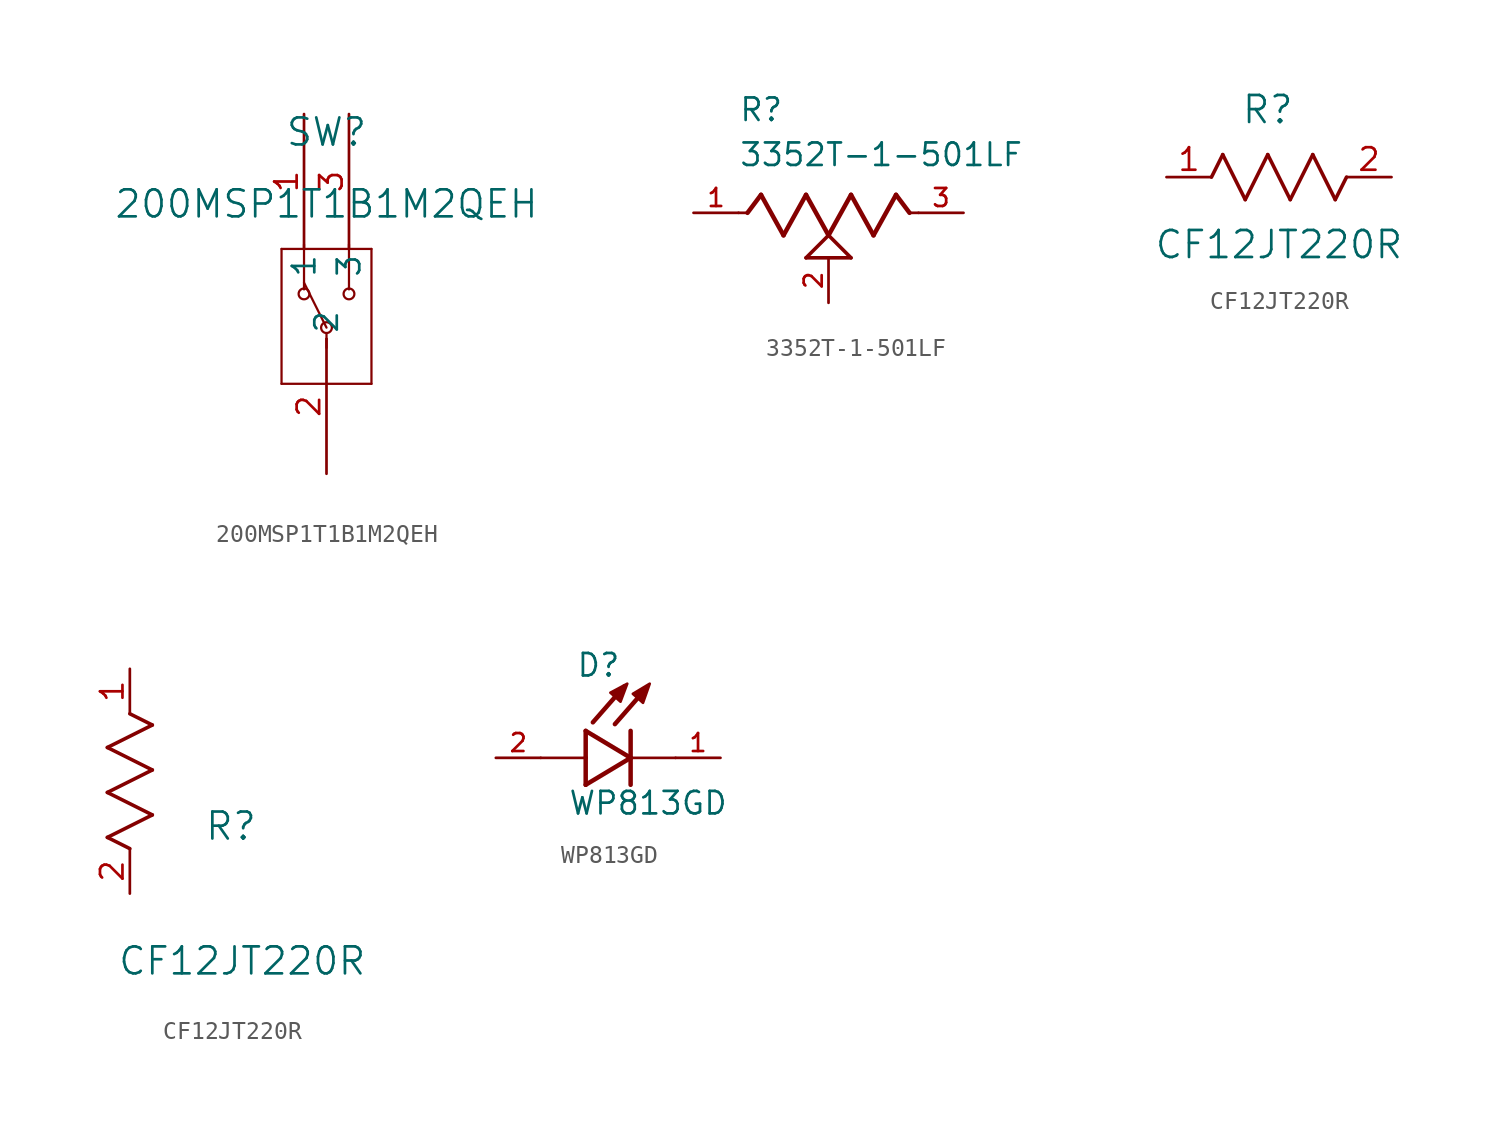
<source format=kicad_sym>
(kicad_symbol_lib
  (version 20220914)
  (generator kicad_symbol_editor)
  (symbol "200MSP1T1B1M2QEH"
    (pin_names
      (offset 0.254))
    (property "Reference" "SW"
      (at 10.16 9.144 0)
      (effects (font (size 1.524 1.524))))
    (property "Value" "200MSP1T1B1M2QEH"
      (at 10.16 5.08 0)
      (effects (font (size 1.524 1.524))))
    (symbol "200MSP1T1B1M2QEH_0_1"
      (polyline (pts (xy 7.62 -5.08) (xy 12.7 -5.08)) (stroke (width 0.127) (type default)) (fill (type none)))
      (polyline (pts (xy 7.62 2.54) (xy 7.62 -5.08)) (stroke (width 0.127) (type default)) (fill (type none)))
      (polyline (pts (xy 8.89 2.794) (xy 8.89 0.254)) (stroke (width 0.127) (type default)) (fill (type none)))
      (polyline (pts (xy 10.16 -2.54) (xy 10.16 -3.048)) (stroke (width 0.127) (type default)) (fill (type none)))
      (polyline (pts (xy 10.16 -2.54) (xy 10.16 -2.21)) (stroke (width 0.127) (type default)) (fill (type none)))
      (polyline (pts (xy 10.16 -1.905) (xy 8.89 0.635)) (stroke (width 0.127) (type default)) (fill (type none)))
      (polyline (pts (xy 11.43 0.254) (xy 11.43 2.794)) (stroke (width 0.127) (type default)) (fill (type none)))
      (polyline (pts (xy 12.7 -5.08) (xy 12.7 2.54)) (stroke (width 0.127) (type default)) (fill (type none)))
      (polyline (pts (xy 12.7 2.54) (xy 7.62 2.54)) (stroke (width 0.127) (type default)) (fill (type none)))
      (circle (center 8.89 0) (radius 0.305) (stroke (width 0.127) (type default)) (fill (type none)))
      (circle (center 10.16 -1.905) (radius 0.305) (stroke (width 0.127) (type default)) (fill (type none)))
      (circle (center 11.43 0) (radius 0.305) (stroke (width 0.127) (type default)) (fill (type none))))
    (symbol "200MSP1T1B1M2QEH_1_1"
      (pin passive line (at 8.89 10.16 270) (length 7.62) (name "1" (effects (font (size 1.27 1.27)))) (number "1" (effects (font (size 1.27 1.27)))))
      (pin passive line (at 10.16 -10.16 90) (length 7.62) (name "2" (effects (font (size 1.27 1.27)))) (number "2" (effects (font (size 1.27 1.27)))))
      (pin passive line (at 11.43 10.16 270) (length 7.62) (name "3" (effects (font (size 1.27 1.27)))) (number "3" (effects (font (size 1.27 1.27)))))))
  (symbol "3352T-1-501LF"
    (pin_names
      (offset 1.016))
    (property "Reference" "R"
      (at -5.08 5.08 0)
      (effects (font (size 1.27 1.27)) (justify left bottom)))
    (property "Value" "3352T-1-501LF"
      (at -5.08 2.54 0)
      (effects (font (size 1.27 1.27)) (justify left bottom)))
    (symbol "3352T-1-501LF_0_0"
      (polyline (pts (xy -5.08 0) (xy -4.572 0)) (stroke (width 0.152) (type default)) (fill (type none)))
      (polyline (pts (xy -4.572 0) (xy -3.81 1.016)) (stroke (width 0.254) (type default)) (fill (type none)))
      (polyline (pts (xy -3.81 1.016) (xy -2.54 -1.27)) (stroke (width 0.254) (type default)) (fill (type none)))
      (polyline (pts (xy -2.54 -1.27) (xy -1.27 1.016)) (stroke (width 0.254) (type default)) (fill (type none)))
      (polyline (pts (xy -1.27 -2.54) (xy 0 -1.27)) (stroke (width 0.203) (type default)) (fill (type none)))
      (polyline (pts (xy -1.27 1.016) (xy 0 -1.27)) (stroke (width 0.254) (type default)) (fill (type none)))
      (polyline (pts (xy 0 -1.27) (xy 1.27 -2.54)) (stroke (width 0.203) (type default)) (fill (type none)))
      (polyline (pts (xy 0 -1.27) (xy 1.27 1.016)) (stroke (width 0.254) (type default)) (fill (type none)))
      (polyline (pts (xy 1.27 -2.54) (xy -1.27 -2.54)) (stroke (width 0.203) (type default)) (fill (type none)))
      (polyline (pts (xy 1.27 1.016) (xy 2.54 -1.27)) (stroke (width 0.254) (type default)) (fill (type none)))
      (polyline (pts (xy 2.54 -1.27) (xy 3.81 1.016)) (stroke (width 0.254) (type default)) (fill (type none)))
      (polyline (pts (xy 3.81 1.016) (xy 4.572 0)) (stroke (width 0.254) (type default)) (fill (type none)))
      (polyline (pts (xy 4.572 0) (xy 5.08 0)) (stroke (width 0.152) (type default)) (fill (type none)))
      (pin passive line (at -7.62 0 0) (length 2.54) (name "~" (effects (font (size 1.016 1.016)))) (number "1" (effects (font (size 1.016 1.016)))))
      (pin passive line (at 0 -5.08 90) (length 2.54) (name "~" (effects (font (size 1.016 1.016)))) (number "2" (effects (font (size 1.016 1.016)))))
      (pin passive line (at 7.62 0 180) (length 2.54) (name "~" (effects (font (size 1.016 1.016)))) (number "3" (effects (font (size 1.016 1.016)))))))
  (symbol "CF12JT220R"
    (pin_names
      (offset 0.254))
    (property "Reference" "R"
      (at 5.715 3.81 0)
      (effects (font (size 1.524 1.524))))
    (property "Value" "CF12JT220R"
      (at 6.35 -3.81 0)
      (effects (font (size 1.524 1.524))))
    (symbol "CF12JT220R_1_1"
      (polyline (pts (xy 2.54 0) (xy 3.175 1.27)) (stroke (width 0.203) (type default)) (fill (type none)))
      (polyline (pts (xy 3.175 1.27) (xy 4.445 -1.27)) (stroke (width 0.203) (type default)) (fill (type none)))
      (polyline (pts (xy 4.445 -1.27) (xy 5.715 1.27)) (stroke (width 0.203) (type default)) (fill (type none)))
      (polyline (pts (xy 5.715 1.27) (xy 6.985 -1.27)) (stroke (width 0.203) (type default)) (fill (type none)))
      (polyline (pts (xy 6.985 -1.27) (xy 8.255 1.27)) (stroke (width 0.203) (type default)) (fill (type none)))
      (polyline (pts (xy 8.255 1.27) (xy 9.525 -1.27)) (stroke (width 0.203) (type default)) (fill (type none)))
      (polyline (pts (xy 9.525 -1.27) (xy 10.16 0)) (stroke (width 0.203) (type default)) (fill (type none)))
      (pin passive line (at 0 0 0) (length 2.54) (name "" (effects (font (size 1.27 1.27)))) (number "1" (effects (font (size 1.27 1.27)))))
      (pin passive line (at 12.7 0 180) (length 2.54) (name "" (effects (font (size 1.27 1.27)))) (number "2" (effects (font (size 1.27 1.27))))))
    (symbol "CF12JT220R_1_2"
      (polyline (pts (xy -1.27 3.175) (xy 1.27 4.445)) (stroke (width 0.203) (type default)) (fill (type none)))
      (polyline (pts (xy -1.27 5.715) (xy 1.27 6.985)) (stroke (width 0.203) (type default)) (fill (type none)))
      (polyline (pts (xy -1.27 8.255) (xy 1.27 9.525)) (stroke (width 0.203) (type default)) (fill (type none)))
      (polyline (pts (xy 0 2.54) (xy -1.27 3.175)) (stroke (width 0.203) (type default)) (fill (type none)))
      (polyline (pts (xy 1.27 4.445) (xy -1.27 5.715)) (stroke (width 0.203) (type default)) (fill (type none)))
      (polyline (pts (xy 1.27 6.985) (xy -1.27 8.255)) (stroke (width 0.203) (type default)) (fill (type none)))
      (polyline (pts (xy 1.27 9.525) (xy 0 10.16)) (stroke (width 0.203) (type default)) (fill (type none)))
      (pin unspecified line (at 0 12.7 270) (length 2.54) (name "" (effects (font (size 1.27 1.27)))) (number "1" (effects (font (size 1.27 1.27)))))
      (pin unspecified line (at 0 0 90) (length 2.54) (name "" (effects (font (size 1.27 1.27)))) (number "2" (effects (font (size 1.27 1.27)))))))
  (symbol "WP813GD"
    (pin_names
      (offset 1.016))
    (property "Reference" "D"
      (at -3.099 4.496 0)
      (effects (font (size 1.27 1.27)) (justify left bottom)))
    (property "Value" "WP813GD"
      (at -3.556 -3.302 0)
      (effects (font (size 1.27 1.27)) (justify left bottom)))
    (symbol "WP813GD_0_0"
      (polyline (pts (xy -2.54 -1.524) (xy 0 0)) (stroke (width 0.254) (type default)) (fill (type none)))
      (polyline (pts (xy -2.54 0) (xy -5.08 0)) (stroke (width 0.152) (type default)) (fill (type none)))
      (polyline (pts (xy -2.54 0) (xy -2.54 -1.524)) (stroke (width 0.254) (type default)) (fill (type none)))
      (polyline (pts (xy -2.54 1.524) (xy -2.54 0)) (stroke (width 0.254) (type default)) (fill (type none)))
      (polyline (pts (xy -0.356 4.039) (xy -2.134 2.007)) (stroke (width 0.254) (type default)) (fill (type none)))
      (polyline (pts (xy 0 0) (xy -2.54 1.524)) (stroke (width 0.254) (type default)) (fill (type none)))
      (polyline (pts (xy 0 0) (xy 0 -1.524)) (stroke (width 0.254) (type default)) (fill (type none)))
      (polyline (pts (xy 0 1.524) (xy 0 0)) (stroke (width 0.254) (type default)) (fill (type none)))
      (polyline (pts (xy 0.889 3.937) (xy -0.889 1.905)) (stroke (width 0.254) (type default)) (fill (type none)))
      (polyline (pts (xy 2.54 0) (xy 0 0)) (stroke (width 0.152) (type default)) (fill (type none)))
      (polyline (pts (xy -1.143 3.683) (xy -0.572 3.175) (xy -0.191 4.191) (xy -1.143 3.683)) (stroke (width 0.152) (type default)) (fill (type outline)))
      (polyline (pts (xy 0.127 3.619) (xy 0.699 3.111) (xy 1.079 4.191) (xy 0.127 3.619)) (stroke (width 0.152) (type default)) (fill (type outline)))
      (pin passive line (at 5.08 0 180) (length 2.54) (name "~" (effects (font (size 1.016 1.016)))) (number "1" (effects (font (size 1.016 1.016)))))
      (pin passive line (at -7.62 0 0) (length 2.54) (name "~" (effects (font (size 1.016 1.016)))) (number "2" (effects (font (size 1.016 1.016))))))))
</source>
